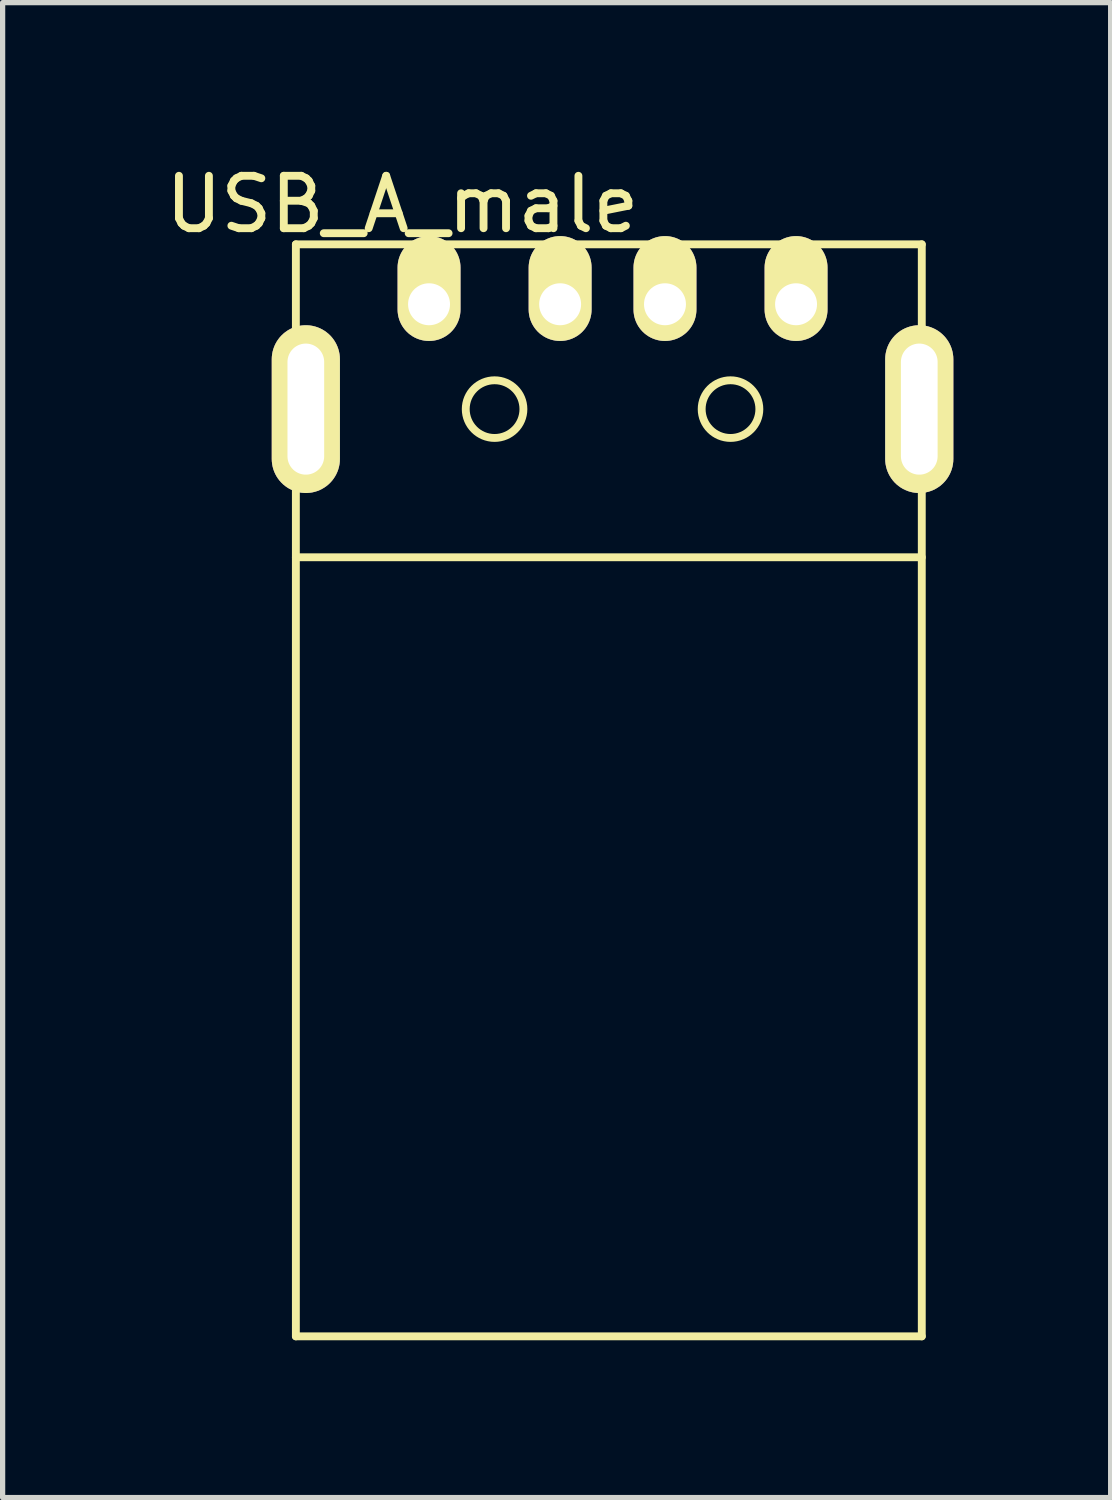
<source format=kicad_pcb>
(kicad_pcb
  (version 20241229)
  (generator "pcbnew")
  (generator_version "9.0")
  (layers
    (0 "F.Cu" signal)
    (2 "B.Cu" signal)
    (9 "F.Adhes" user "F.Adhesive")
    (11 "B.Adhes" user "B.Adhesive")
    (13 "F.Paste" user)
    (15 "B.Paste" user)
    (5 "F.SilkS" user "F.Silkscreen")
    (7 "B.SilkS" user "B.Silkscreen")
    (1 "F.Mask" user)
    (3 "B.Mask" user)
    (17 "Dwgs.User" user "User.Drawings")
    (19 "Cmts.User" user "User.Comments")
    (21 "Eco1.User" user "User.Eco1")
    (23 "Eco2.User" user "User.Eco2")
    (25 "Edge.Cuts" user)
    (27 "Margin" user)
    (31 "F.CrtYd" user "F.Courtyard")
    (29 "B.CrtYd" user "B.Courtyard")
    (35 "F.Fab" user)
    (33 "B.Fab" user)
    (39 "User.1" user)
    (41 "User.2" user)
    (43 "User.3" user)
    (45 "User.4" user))
  (footprint "USB_A_male"
    (layer "F.Cu")
    (at 8.633 2.753)
    (property "Reference" "USB_A_male" (at -4.008 -1.905 0) (layer "F.SilkS") (effects (font (size 1 1) (thickness 0.15))))
    (attr through_hole)
    (fp_line (start -6.04 -1.143) (end -6.04 19.685) (stroke (width 0.15) (type solid)) (layer "F.SilkS"))
    (fp_line (start 5.898 -1.143) (end -6.04 -1.143) (stroke (width 0.15) (type solid)) (layer "F.SilkS"))
    (fp_line (start 5.898 -1.143) (end 5.898 19.685) (stroke (width 0.15) (type solid)) (layer "F.SilkS"))
    (fp_line (start 5.898 4.826) (end -6.04 4.826) (stroke (width 0.15) (type solid)) (layer "F.SilkS"))
    (fp_line (start 5.898 19.685) (end -6.04 19.685) (stroke (width 0.15) (type solid)) (layer "F.SilkS"))
    (fp_circle (center -2.25 2) (end -1.7 2) (stroke (width 0.15) (type solid)) (fill no) (layer "F.SilkS"))
    (fp_circle (center 2.25 2) (end 1.7 2) (stroke (width 0.15) (type solid)) (fill no) (layer "F.SilkS"))
    (pad "1" thru_hole oval (at 3.5 0 270) (size 2 1.2) (drill 0.8 (offset -0.3 0)) (layers "*.Cu" "*.Mask" "F.SilkS"))
    (pad "2" thru_hole oval (at 1 0 270) (size 2 1.2) (drill 0.8 (offset -0.3 0)) (layers "*.Cu" "*.Mask" "F.SilkS"))
    (pad "3" thru_hole oval (at -1 0 270) (size 2 1.2) (drill 0.8 (offset -0.3 0)) (layers "*.Cu" "*.Mask" "F.SilkS"))
    (pad "4" thru_hole oval (at -3.5 0 270) (size 2 1.2) (drill 0.8 (offset -0.3 0)) (layers "*.Cu" "*.Mask" "F.SilkS"))
    (pad "5" thru_hole oval (at -5.85 2 270) (size 3.2 1.3) (drill oval 2.5 0.7) (layers "*.Cu" "*.Mask" "F.SilkS"))
    (pad "5" thru_hole oval (at 5.85 2 270) (size 3.2 1.3) (drill oval 2.5 0.7) (layers "*.Cu" "*.Mask" "F.SilkS")))
  (gr_rect
    (start -3 -3)
    (end 18.133 25.513)
    (stroke (width 0.1) (type default))
    (fill no)
    (layer "Edge.Cuts")))
</source>
